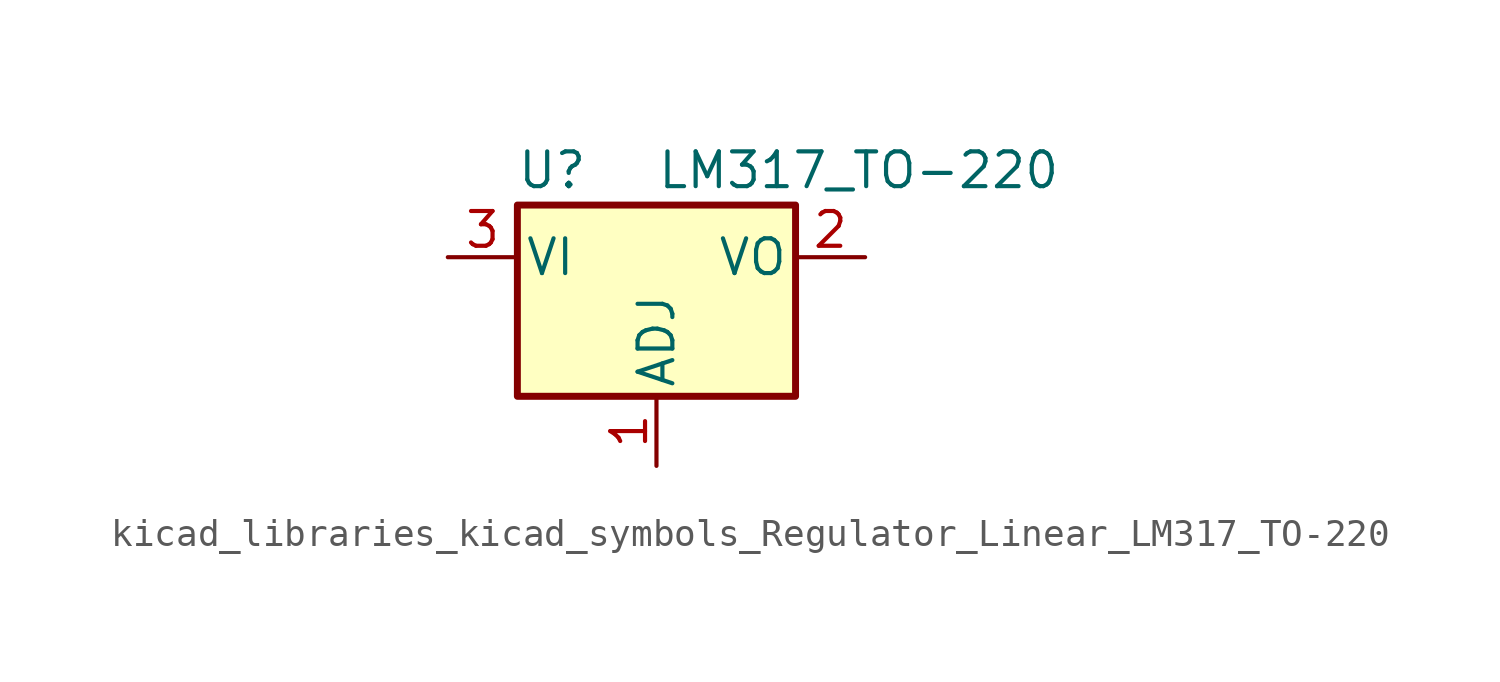
<source format=kicad_sym>
(kicad_symbol_lib
  (version 20220914)
  (generator kicad_symbol_editor)
  (symbol "kicad_libraries_kicad_symbols_Regulator_Linear_LM317_TO-220"
    (pin_names
      (offset 0.254))
    (property "Reference" "U"
      (at -3.81 3.175 0)
      (effects (font (size 1.27 1.27))))
    (property "Value" "LM317_TO-220"
      (at 0 3.175 0)
      (effects (font (size 1.27 1.27)) (justify left)))
    (symbol "kicad_libraries_kicad_symbols_Regulator_Linear_LM317_TO-220_0_1"
      (rectangle (start -5.08 1.905) (end 5.08 -5.08) (stroke (width 0.254) (type default)) (fill (type background))))
    (symbol "kicad_libraries_kicad_symbols_Regulator_Linear_LM317_TO-220_1_1"
      (pin input line (at 0 -7.62 90) (length 2.54) (name "ADJ" (effects (font (size 1.27 1.27)))) (number "1" (effects (font (size 1.27 1.27)))))
      (pin power_out line (at 7.62 0 180) (length 2.54) (name "VO" (effects (font (size 1.27 1.27)))) (number "2" (effects (font (size 1.27 1.27)))))
      (pin power_in line (at -7.62 0 0) (length 2.54) (name "VI" (effects (font (size 1.27 1.27)))) (number "3" (effects (font (size 1.27 1.27))))))))
</source>
